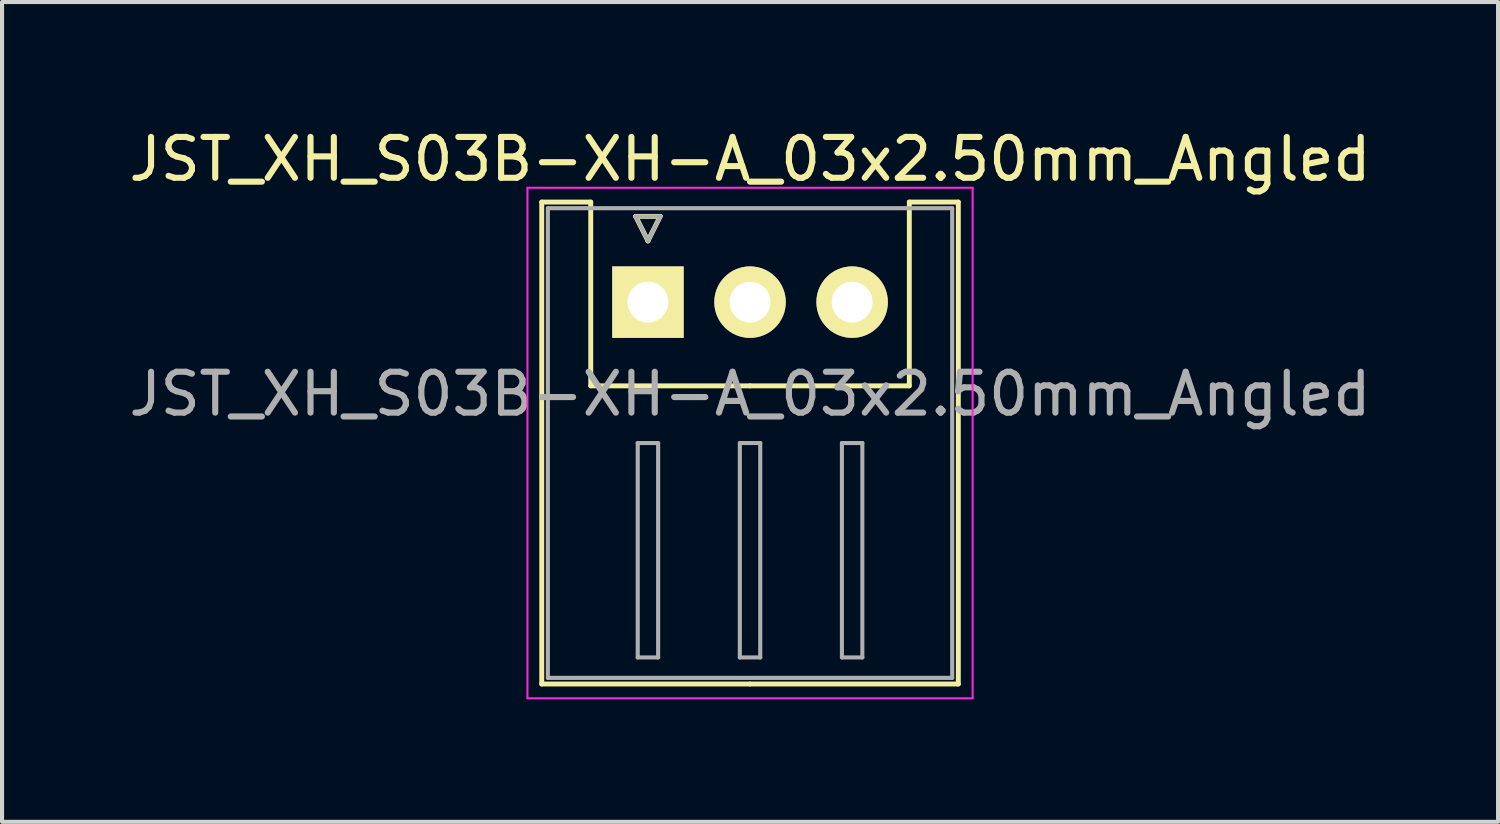
<source format=kicad_pcb>
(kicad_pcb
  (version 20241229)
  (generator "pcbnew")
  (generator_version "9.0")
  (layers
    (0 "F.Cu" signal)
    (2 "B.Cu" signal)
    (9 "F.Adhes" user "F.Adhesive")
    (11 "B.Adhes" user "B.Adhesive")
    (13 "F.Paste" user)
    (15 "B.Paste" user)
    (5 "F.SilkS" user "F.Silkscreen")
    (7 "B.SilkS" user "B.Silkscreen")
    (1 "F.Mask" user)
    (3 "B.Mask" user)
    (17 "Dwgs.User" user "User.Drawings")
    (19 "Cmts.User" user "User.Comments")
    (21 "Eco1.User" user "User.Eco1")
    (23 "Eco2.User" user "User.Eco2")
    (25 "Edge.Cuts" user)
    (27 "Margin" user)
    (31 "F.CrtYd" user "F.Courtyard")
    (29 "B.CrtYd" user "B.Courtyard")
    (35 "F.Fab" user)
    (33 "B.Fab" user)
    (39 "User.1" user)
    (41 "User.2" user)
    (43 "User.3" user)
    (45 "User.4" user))
  (footprint "JST_XH_S03B-XH-A_03x2.50mm_Angled"
    (layer "F.Cu")
    (at 12.815 4.348)
    (property "Reference" "JST_XH_S03B-XH-A_03x2.50mm_Angled" (at 2.5 -3.5 0) (layer "F.SilkS") (effects (font (size 1 1) (thickness 0.15))))
    (attr through_hole)
    (fp_line (start -2.6 -2.45) (end -1.4 -2.45) (stroke (width 0.12) (type solid)) (layer "F.SilkS"))
    (fp_line (start -2.6 9.35) (end -2.6 -2.45) (stroke (width 0.12) (type solid)) (layer "F.SilkS"))
    (fp_line (start -1.4 -2.45) (end -1.4 2.05) (stroke (width 0.12) (type solid)) (layer "F.SilkS"))
    (fp_line (start -1.4 2.05) (end 2.5 2.05) (stroke (width 0.12) (type solid)) (layer "F.SilkS"))
    (fp_line (start -0.3 -2.1) (end 0.3 -2.1) (stroke (width 0.12) (type solid)) (layer "F.SilkS"))
    (fp_line (start 0 -1.5) (end -0.3 -2.1) (stroke (width 0.12) (type solid)) (layer "F.SilkS"))
    (fp_line (start 0.3 -2.1) (end 0 -1.5) (stroke (width 0.12) (type solid)) (layer "F.SilkS"))
    (fp_line (start 2.5 9.35) (end -2.6 9.35) (stroke (width 0.12) (type solid)) (layer "F.SilkS"))
    (fp_line (start 2.5 9.35) (end 7.6 9.35) (stroke (width 0.12) (type solid)) (layer "F.SilkS"))
    (fp_line (start 6.4 -2.45) (end 6.4 2.05) (stroke (width 0.12) (type solid)) (layer "F.SilkS"))
    (fp_line (start 6.4 2.05) (end 2.5 2.05) (stroke (width 0.12) (type solid)) (layer "F.SilkS"))
    (fp_line (start 7.6 -2.45) (end 6.4 -2.45) (stroke (width 0.12) (type solid)) (layer "F.SilkS"))
    (fp_line (start 7.6 9.35) (end 7.6 -2.45) (stroke (width 0.12) (type solid)) (layer "F.SilkS"))
    (fp_line (start -2.95 -2.8) (end -2.95 9.7) (stroke (width 0.05) (type solid)) (layer "F.CrtYd"))
    (fp_line (start -2.95 9.7) (end 7.95 9.7) (stroke (width 0.05) (type solid)) (layer "F.CrtYd"))
    (fp_line (start 7.95 -2.8) (end -2.95 -2.8) (stroke (width 0.05) (type solid)) (layer "F.CrtYd"))
    (fp_line (start 7.95 9.7) (end 7.95 -2.8) (stroke (width 0.05) (type solid)) (layer "F.CrtYd"))
    (fp_line (start -2.45 -2.3) (end -2.45 9.2) (stroke (width 0.1) (type solid)) (layer "F.Fab"))
    (fp_line (start -2.45 9.2) (end 7.45 9.2) (stroke (width 0.1) (type solid)) (layer "F.Fab"))
    (fp_line (start -0.3 -2.1) (end 0.3 -2.1) (stroke (width 0.1) (type solid)) (layer "F.Fab"))
    (fp_line (start -0.25 3.45) (end -0.25 8.7) (stroke (width 0.1) (type solid)) (layer "F.Fab"))
    (fp_line (start -0.25 8.7) (end 0.25 8.7) (stroke (width 0.1) (type solid)) (layer "F.Fab"))
    (fp_line (start 0 -1.5) (end -0.3 -2.1) (stroke (width 0.1) (type solid)) (layer "F.Fab"))
    (fp_line (start 0.25 3.45) (end -0.25 3.45) (stroke (width 0.1) (type solid)) (layer "F.Fab"))
    (fp_line (start 0.25 8.7) (end 0.25 3.45) (stroke (width 0.1) (type solid)) (layer "F.Fab"))
    (fp_line (start 0.3 -2.1) (end 0 -1.5) (stroke (width 0.1) (type solid)) (layer "F.Fab"))
    (fp_line (start 2.25 3.45) (end 2.25 8.7) (stroke (width 0.1) (type solid)) (layer "F.Fab"))
    (fp_line (start 2.25 8.7) (end 2.75 8.7) (stroke (width 0.1) (type solid)) (layer "F.Fab"))
    (fp_line (start 2.75 3.45) (end 2.25 3.45) (stroke (width 0.1) (type solid)) (layer "F.Fab"))
    (fp_line (start 2.75 8.7) (end 2.75 3.45) (stroke (width 0.1) (type solid)) (layer "F.Fab"))
    (fp_line (start 4.75 3.45) (end 4.75 8.7) (stroke (width 0.1) (type solid)) (layer "F.Fab"))
    (fp_line (start 4.75 8.7) (end 5.25 8.7) (stroke (width 0.1) (type solid)) (layer "F.Fab"))
    (fp_line (start 5.25 3.45) (end 4.75 3.45) (stroke (width 0.1) (type solid)) (layer "F.Fab"))
    (fp_line (start 5.25 8.7) (end 5.25 3.45) (stroke (width 0.1) (type solid)) (layer "F.Fab"))
    (fp_line (start 7.45 -2.3) (end -2.45 -2.3) (stroke (width 0.1) (type solid)) (layer "F.Fab"))
    (fp_line (start 7.45 9.2) (end 7.45 -2.3) (stroke (width 0.1) (type solid)) (layer "F.Fab"))
    (fp_text user "${REFERENCE}" (at 2.5 2.25 0) (layer "F.Fab") (effects (font (size 1 1) (thickness 0.15))))
    (pad "1" thru_hole rect (at 0 0) (size 1.75 1.75) (drill 1) (layers "*.Cu" "*.Mask" "F.SilkS"))
    (pad "2" thru_hole circle (at 2.5 0) (size 1.75 1.75) (drill 1) (layers "*.Cu" "*.Mask" "F.SilkS"))
    (pad "3" thru_hole circle (at 5 0) (size 1.75 1.75) (drill 1) (layers "*.Cu" "*.Mask" "F.SilkS")))
  (gr_rect
    (start -3 -3)
    (end 33.631 17.073)
    (stroke (width 0.1) (type default))
    (fill no)
    (layer "Edge.Cuts")))
</source>
